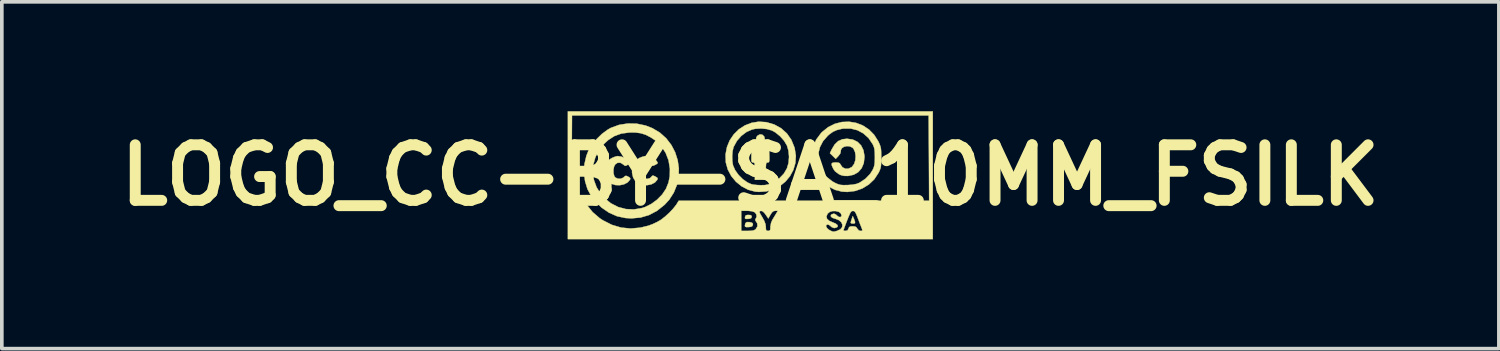
<source format=kicad_pcb>
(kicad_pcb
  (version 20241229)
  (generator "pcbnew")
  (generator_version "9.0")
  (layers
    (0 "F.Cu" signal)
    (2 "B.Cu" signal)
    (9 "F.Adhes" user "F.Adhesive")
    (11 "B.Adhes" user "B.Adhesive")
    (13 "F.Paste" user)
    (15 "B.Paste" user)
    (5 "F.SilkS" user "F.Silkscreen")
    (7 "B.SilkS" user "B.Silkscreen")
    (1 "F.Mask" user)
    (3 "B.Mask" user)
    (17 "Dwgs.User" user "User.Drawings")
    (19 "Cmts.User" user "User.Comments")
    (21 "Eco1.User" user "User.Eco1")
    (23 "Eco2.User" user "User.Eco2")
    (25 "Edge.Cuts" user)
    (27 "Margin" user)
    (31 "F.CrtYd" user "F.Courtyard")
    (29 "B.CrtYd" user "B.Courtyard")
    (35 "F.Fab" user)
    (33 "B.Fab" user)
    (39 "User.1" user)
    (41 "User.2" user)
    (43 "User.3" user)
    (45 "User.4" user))
  (footprint "LOGO_CC-BY-SA_10MM_FSILK"
    (layer "F.Cu")
    (at 17.533 1.757)
    (property "Reference" "LOGO_CC-BY-SA_10MM_FSILK" (at 0 0 0) (layer "F.SilkS") (effects (font (size 1.524 1.524) (thickness 0.3))))
    (attr through_hole)
    (fp_poly (pts (xy 2.844 1.201) (xy 2.871 1.273) (xy 2.872 1.31) (xy 2.846 1.325) (xy 2.815 1.326) (xy 2.768 1.319) (xy 2.753 1.305) (xy 2.76 1.269) (xy 2.779 1.209) (xy 2.781 1.202) (xy 2.81 1.12) (xy 2.844 1.201)) (stroke (width 0.01) (type solid)) (fill yes) (layer "F.SilkS"))
    (fp_poly (pts (xy -0.014 1.287) (xy 0.047 1.304) (xy 0.07 1.329) (xy 0.07 1.359) (xy 0.056 1.395) (xy 0.018 1.414) (xy -0.044 1.422) (xy -0.112 1.423) (xy -0.143 1.411) (xy -0.15 1.384) (xy -0.136 1.315) (xy -0.092 1.284) (xy -0.014 1.287)) (stroke (width 0.01) (type solid)) (fill yes) (layer "F.SilkS"))
    (fp_poly (pts (xy 0.33 -1.111) (xy 0.379 -1.065) (xy 0.395 -1.01) (xy 0.386 -0.93) (xy 0.346 -0.876) (xy 0.289 -0.853) (xy 0.226 -0.868) (xy 0.192 -0.897) (xy 0.154 -0.969) (xy 0.165 -1.042) (xy 0.201 -1.089) (xy 0.266 -1.121) (xy 0.33 -1.111)) (stroke (width 0.01) (type solid)) (fill yes) (layer "F.SilkS"))
    (fp_poly (pts (xy 0.01 1.094) (xy 0.035 1.116) (xy 0.038 1.139) (xy 0.027 1.173) (xy -0.013 1.191) (xy -0.058 1.197) (xy -0.12 1.199) (xy -0.145 1.186) (xy -0.147 1.152) (xy -0.146 1.147) (xy -0.131 1.107) (xy -0.092 1.091) (xy -0.05 1.089) (xy 0.01 1.094)) (stroke (width 0.01) (type solid)) (fill yes) (layer "F.SilkS"))
    (fp_poly (pts (xy 0.52 -0.569) (xy 0.523 -0.464) (xy 0.521 -0.4) (xy 0.513 -0.365) (xy 0.497 -0.352) (xy 0.476 -0.35) (xy 0.453 -0.347) (xy 0.438 -0.331) (xy 0.43 -0.292) (xy 0.426 -0.222) (xy 0.425 -0.113) (xy 0.425 0.125) (xy 0.125 0.125) (xy 0.125 -0.113) (xy 0.124 -0.223) (xy 0.121 -0.293) (xy 0.113 -0.331) (xy 0.098 -0.347) (xy 0.074 -0.35) (xy 0.05 -0.354) (xy 0.035 -0.37) (xy 0.029 -0.409) (xy 0.028 -0.48) (xy 0.03 -0.569) (xy 0.038 -0.788) (xy 0.513 -0.788) (xy 0.52 -0.569)) (stroke (width 0.01) (type solid)) (fill yes) (layer "F.SilkS"))
    (fp_poly (pts (xy -3.528 -0.508) (xy -3.418 -0.463) (xy -3.343 -0.408) (xy -3.276 -0.342) (xy -3.354 -0.293) (xy -3.406 -0.262) (xy -3.439 -0.259) (xy -3.473 -0.284) (xy -3.488 -0.297) (xy -3.565 -0.343) (xy -3.642 -0.341) (xy -3.704 -0.3) (xy -3.738 -0.238) (xy -3.755 -0.15) (xy -3.753 -0.057) (xy -3.733 0.022) (xy -3.708 0.059) (xy -3.637 0.094) (xy -3.554 0.096) (xy -3.482 0.065) (xy -3.467 0.051) (xy -3.432 0.019) (xy -3.397 0.018) (xy -3.35 0.039) (xy -3.302 0.07) (xy -3.293 0.1) (xy -3.304 0.127) (xy -3.369 0.199) (xy -3.466 0.249) (xy -3.58 0.273) (xy -3.697 0.27) (xy -3.804 0.236) (xy -3.821 0.226) (xy -3.911 0.153) (xy -3.967 0.058) (xy -3.995 -0.07) (xy -3.991 -0.212) (xy -3.945 -0.335) (xy -3.862 -0.432) (xy -3.794 -0.474) (xy -3.72 -0.505) (xy -3.657 -0.523) (xy -3.639 -0.525) (xy -3.528 -0.508)) (stroke (width 0.01) (type solid)) (fill yes) (layer "F.SilkS"))
    (fp_poly (pts (xy -2.779 -0.511) (xy -2.683 -0.475) (xy -2.603 -0.425) (xy -2.566 -0.386) (xy -2.543 -0.345) (xy -2.551 -0.319) (xy -2.597 -0.291) (xy -2.605 -0.287) (xy -2.66 -0.262) (xy -2.696 -0.264) (xy -2.736 -0.296) (xy -2.738 -0.298) (xy -2.815 -0.344) (xy -2.894 -0.339) (xy -2.955 -0.304) (xy -2.995 -0.243) (xy -3.014 -0.156) (xy -3.012 -0.062) (xy -2.986 0.02) (xy -2.966 0.049) (xy -2.902 0.09) (xy -2.824 0.1) (xy -2.753 0.079) (xy -2.719 0.048) (xy -2.691 0.015) (xy -2.662 0.011) (xy -2.61 0.033) (xy -2.605 0.036) (xy -2.554 0.068) (xy -2.542 0.097) (xy -2.554 0.127) (xy -2.618 0.199) (xy -2.715 0.249) (xy -2.829 0.273) (xy -2.947 0.27) (xy -3.053 0.236) (xy -3.07 0.226) (xy -3.16 0.153) (xy -3.216 0.058) (xy -3.245 -0.07) (xy -3.24 -0.212) (xy -3.195 -0.335) (xy -3.111 -0.432) (xy -3.044 -0.474) (xy -2.964 -0.506) (xy -2.891 -0.524) (xy -2.87 -0.526) (xy -2.779 -0.511)) (stroke (width 0.01) (type solid)) (fill yes) (layer "F.SilkS"))
    (fp_poly (pts (xy 2.808 -0.979) (xy 2.938 -0.917) (xy 3.038 -0.818) (xy 3.103 -0.686) (xy 3.131 -0.526) (xy 3.131 -0.499) (xy 3.112 -0.333) (xy 3.054 -0.194) (xy 2.961 -0.086) (xy 2.836 -0.014) (xy 2.684 0.019) (xy 2.682 0.019) (xy 2.573 0.018) (xy 2.484 -0.004) (xy 2.433 -0.027) (xy 2.326 -0.106) (xy 2.276 -0.177) (xy 2.237 -0.263) (xy 2.229 -0.315) (xy 2.255 -0.341) (xy 2.318 -0.35) (xy 2.34 -0.35) (xy 2.413 -0.346) (xy 2.453 -0.329) (xy 2.476 -0.292) (xy 2.477 -0.289) (xy 2.527 -0.218) (xy 2.603 -0.181) (xy 2.69 -0.181) (xy 2.776 -0.22) (xy 2.79 -0.231) (xy 2.847 -0.309) (xy 2.881 -0.413) (xy 2.889 -0.526) (xy 2.873 -0.635) (xy 2.832 -0.725) (xy 2.801 -0.757) (xy 2.73 -0.792) (xy 2.649 -0.799) (xy 2.572 -0.782) (xy 2.512 -0.743) (xy 2.482 -0.688) (xy 2.482 -0.662) (xy 2.467 -0.595) (xy 2.416 -0.527) (xy 2.343 -0.45) (xy 2.263 -0.527) (xy 2.183 -0.604) (xy 2.233 -0.709) (xy 2.315 -0.846) (xy 2.411 -0.937) (xy 2.527 -0.987) (xy 2.652 -1.001) (xy 2.808 -0.979)) (stroke (width 0.01) (type solid)) (fill yes) (layer "F.SilkS"))
    (fp_poly (pts (xy 0.436 -1.456) (xy 0.441 -1.455) (xy 0.658 -1.391) (xy 0.846 -1.287) (xy 1.003 -1.146) (xy 1.126 -0.97) (xy 1.21 -0.763) (xy 1.217 -0.738) (xy 1.249 -0.531) (xy 1.235 -0.332) (xy 1.179 -0.144) (xy 1.087 0.026) (xy 0.963 0.175) (xy 0.811 0.298) (xy 0.635 0.389) (xy 0.44 0.443) (xy 0.231 0.457) (xy 0.134 0.449) (xy -0.058 0.399) (xy -0.236 0.306) (xy -0.394 0.178) (xy -0.523 0.022) (xy -0.618 -0.156) (xy -0.672 -0.348) (xy -0.673 -0.361) (xy -0.678 -0.523) (xy -0.498 -0.523) (xy -0.494 -0.389) (xy -0.476 -0.275) (xy -0.475 -0.271) (xy -0.417 -0.139) (xy -0.323 -0.008) (xy -0.206 0.109) (xy -0.076 0.2) (xy 0.034 0.248) (xy 0.1 0.26) (xy 0.194 0.269) (xy 0.288 0.273) (xy 0.401 0.27) (xy 0.491 0.253) (xy 0.585 0.216) (xy 0.613 0.203) (xy 0.785 0.096) (xy 0.919 -0.043) (xy 1.004 -0.188) (xy 1.048 -0.336) (xy 1.062 -0.505) (xy 1.046 -0.674) (xy 1.004 -0.816) (xy 0.927 -0.945) (xy 0.817 -1.069) (xy 0.69 -1.173) (xy 0.593 -1.227) (xy 0.456 -1.267) (xy 0.297 -1.283) (xy 0.137 -1.274) (xy 0.05 -1.255) (xy -0.105 -1.187) (xy -0.248 -1.079) (xy -0.368 -0.942) (xy -0.454 -0.785) (xy -0.464 -0.758) (xy -0.488 -0.654) (xy -0.498 -0.523) (xy -0.678 -0.523) (xy -0.679 -0.573) (xy -0.641 -0.773) (xy -0.565 -0.958) (xy -0.454 -1.121) (xy -0.315 -1.259) (xy -0.151 -1.366) (xy 0.032 -1.437) (xy 0.229 -1.469) (xy 0.436 -1.456)) (stroke (width 0.01) (type solid)) (fill yes) (layer "F.SilkS"))
    (fp_poly (pts (xy -3.115 -1.414) (xy -2.872 -1.363) (xy -2.689 -1.292) (xy -2.481 -1.168) (xy -2.307 -1.012) (xy -2.167 -0.83) (xy -2.062 -0.628) (xy -1.993 -0.412) (xy -1.961 -0.188) (xy -1.967 0.039) (xy -2.012 0.261) (xy -2.098 0.474) (xy -2.224 0.671) (xy -2.352 0.81) (xy -2.559 0.975) (xy -2.777 1.091) (xy -3.009 1.16) (xy -3.259 1.183) (xy -3.428 1.173) (xy -3.658 1.124) (xy -3.876 1.028) (xy -4.079 0.889) (xy -4.26 0.71) (xy -4.361 0.579) (xy -4.467 0.382) (xy -4.534 0.163) (xy -4.562 -0.069) (xy -4.562 -0.079) (xy -4.322 -0.079) (xy -4.291 0.131) (xy -4.216 0.333) (xy -4.097 0.521) (xy -4.006 0.623) (xy -3.825 0.77) (xy -3.626 0.872) (xy -3.414 0.928) (xy -3.193 0.938) (xy -2.97 0.899) (xy -2.884 0.871) (xy -2.716 0.787) (xy -2.556 0.669) (xy -2.418 0.528) (xy -2.316 0.376) (xy -2.31 0.363) (xy -2.244 0.198) (xy -2.21 0.028) (xy -2.206 -0.165) (xy -2.207 -0.182) (xy -2.243 -0.408) (xy -2.324 -0.616) (xy -2.447 -0.8) (xy -2.61 -0.957) (xy -2.725 -1.035) (xy -2.868 -1.109) (xy -3.006 -1.153) (xy -3.158 -1.173) (xy -3.322 -1.172) (xy -3.539 -1.143) (xy -3.729 -1.075) (xy -3.9 -0.964) (xy -4 -0.873) (xy -4.147 -0.693) (xy -4.25 -0.496) (xy -4.308 -0.29) (xy -4.322 -0.079) (xy -4.562 -0.079) (xy -4.551 -0.303) (xy -4.498 -0.531) (xy -4.445 -0.666) (xy -4.348 -0.828) (xy -4.219 -0.989) (xy -4.07 -1.134) (xy -3.913 -1.25) (xy -3.829 -1.298) (xy -3.602 -1.381) (xy -3.361 -1.419) (xy -3.115 -1.414)) (stroke (width 0.01) (type solid)) (fill yes) (layer "F.SilkS"))
    (fp_poly (pts (xy 2.902 -1.436) (xy 3.085 -1.365) (xy 3.252 -1.256) (xy 3.396 -1.11) (xy 3.509 -0.931) (xy 3.545 -0.854) (xy 3.569 -0.79) (xy 3.583 -0.726) (xy 3.589 -0.645) (xy 3.591 -0.535) (xy 3.591 -0.488) (xy 3.59 -0.363) (xy 3.585 -0.274) (xy 3.575 -0.207) (xy 3.555 -0.148) (xy 3.525 -0.082) (xy 3.518 -0.068) (xy 3.401 0.11) (xy 3.25 0.254) (xy 3.072 0.363) (xy 2.874 0.432) (xy 2.661 0.458) (xy 2.511 0.449) (xy 2.323 0.4) (xy 2.141 0.308) (xy 1.979 0.18) (xy 1.969 0.17) (xy 1.831 -0.001) (xy 1.738 -0.188) (xy 1.688 -0.386) (xy 1.688 -0.426) (xy 1.865 -0.426) (xy 1.904 -0.255) (xy 1.981 -0.094) (xy 2.097 0.049) (xy 2.25 0.169) (xy 2.338 0.217) (xy 2.41 0.248) (xy 2.476 0.265) (xy 2.554 0.271) (xy 2.662 0.269) (xy 2.678 0.269) (xy 2.813 0.258) (xy 2.915 0.237) (xy 2.998 0.204) (xy 3.158 0.097) (xy 3.287 -0.037) (xy 3.354 -0.142) (xy 3.384 -0.209) (xy 3.403 -0.274) (xy 3.413 -0.354) (xy 3.416 -0.464) (xy 3.416 -0.5) (xy 3.414 -0.622) (xy 3.406 -0.709) (xy 3.39 -0.776) (xy 3.363 -0.839) (xy 3.357 -0.851) (xy 3.245 -1.017) (xy 3.103 -1.146) (xy 2.938 -1.235) (xy 2.755 -1.281) (xy 2.56 -1.281) (xy 2.509 -1.273) (xy 2.375 -1.24) (xy 2.268 -1.193) (xy 2.164 -1.118) (xy 2.124 -1.083) (xy 1.995 -0.936) (xy 1.91 -0.773) (xy 1.867 -0.601) (xy 1.865 -0.426) (xy 1.688 -0.426) (xy 1.684 -0.587) (xy 1.723 -0.786) (xy 1.807 -0.976) (xy 1.936 -1.151) (xy 1.968 -1.185) (xy 2.135 -1.319) (xy 2.319 -1.411) (xy 2.512 -1.46) (xy 2.709 -1.468) (xy 2.902 -1.436)) (stroke (width 0.01) (type solid)) (fill yes) (layer "F.SilkS"))
    (fp_poly (pts (xy 5.005 1.752) (xy -5.005 1.752) (xy -5.005 0.701) (xy -4.905 0.701) (xy -4.561 0.701) (xy -4.493 0.804) (xy -4.328 1.01) (xy -4.129 1.181) (xy -4.044 1.236) (xy -3.798 1.361) (xy -3.545 1.436) (xy -3.284 1.462) (xy -3.016 1.438) (xy -2.799 1.385) (xy -2.68 1.341) (xy -2.555 1.282) (xy -2.456 1.225) (xy -2.344 1.139) (xy -2.227 1.033) (xy -2.173 0.976) (xy -0.25 0.976) (xy -0.25 1.527) (xy -0.075 1.527) (xy 0.026 1.524) (xy 0.091 1.513) (xy 0.134 1.491) (xy 0.15 1.476) (xy 0.194 1.403) (xy 0.191 1.325) (xy 0.158 1.271) (xy 0.132 1.229) (xy 0.145 1.196) (xy 0.146 1.196) (xy 0.173 1.137) (xy 0.163 1.07) (xy 0.12 1.015) (xy 0.087 1.003) (xy 0.249 1.003) (xy 0.261 1.037) (xy 0.296 1.099) (xy 0.327 1.151) (xy 0.386 1.259) (xy 0.417 1.346) (xy 0.425 1.42) (xy 0.428 1.487) (xy 0.443 1.518) (xy 0.476 1.526) (xy 0.488 1.527) (xy 0.527 1.521) (xy 0.546 1.497) (xy 0.551 1.44) (xy 0.551 1.42) (xy 0.553 1.402) (xy 2.078 1.402) (xy 2.103 1.449) (xy 2.152 1.493) (xy 2.177 1.508) (xy 2.236 1.537) (xy 2.274 1.548) (xy 2.315 1.544) (xy 2.38 1.526) (xy 2.383 1.525) (xy 2.404 1.515) (xy 2.553 1.515) (xy 2.574 1.524) (xy 2.615 1.527) (xy 2.668 1.511) (xy 2.692 1.464) (xy 2.71 1.423) (xy 2.748 1.405) (xy 2.806 1.401) (xy 2.876 1.408) (xy 2.915 1.433) (xy 2.932 1.464) (xy 2.978 1.516) (xy 3.019 1.527) (xy 3.06 1.525) (xy 3.074 1.513) (xy 3.065 1.477) (xy 3.044 1.423) (xy 3.018 1.358) (xy 2.982 1.264) (xy 2.944 1.163) (xy 2.942 1.157) (xy 2.904 1.064) (xy 2.875 1.009) (xy 2.847 0.982) (xy 2.815 0.976) (xy 2.787 0.981) (xy 2.762 1.002) (xy 2.735 1.047) (xy 2.701 1.123) (xy 2.655 1.238) (xy 2.654 1.24) (xy 2.614 1.346) (xy 2.581 1.434) (xy 2.559 1.494) (xy 2.553 1.515) (xy 2.404 1.515) (xy 2.471 1.484) (xy 2.518 1.425) (xy 2.525 1.357) (xy 2.496 1.291) (xy 2.431 1.233) (xy 2.333 1.194) (xy 2.314 1.19) (xy 2.246 1.166) (xy 2.209 1.13) (xy 2.211 1.092) (xy 2.23 1.074) (xy 2.293 1.053) (xy 2.349 1.079) (xy 2.371 1.101) (xy 2.422 1.141) (xy 2.469 1.149) (xy 2.499 1.124) (xy 2.502 1.102) (xy 2.481 1.044) (xy 2.425 1.003) (xy 2.348 0.982) (xy 2.264 0.981) (xy 2.185 1.003) (xy 2.124 1.049) (xy 2.122 1.052) (xy 2.088 1.128) (xy 2.103 1.194) (xy 2.165 1.251) (xy 2.252 1.289) (xy 2.342 1.327) (xy 2.391 1.367) (xy 2.397 1.406) (xy 2.375 1.429) (xy 2.301 1.45) (xy 2.232 1.423) (xy 2.209 1.401) (xy 2.159 1.363) (xy 2.12 1.351) (xy 2.083 1.366) (xy 2.078 1.402) (xy 0.553 1.402) (xy 0.568 1.309) (xy 0.603 1.226) (xy 0.653 1.144) (xy 0.702 1.063) (xy 0.705 1.057) (xy 0.755 0.976) (xy 0.684 0.976) (xy 0.633 0.986) (xy 0.592 1.022) (xy 0.553 1.082) (xy 0.493 1.187) (xy 0.453 1.127) (xy 0.393 1.043) (xy 0.347 0.996) (xy 0.307 0.979) (xy 0.282 0.98) (xy 0.257 0.987) (xy 0.249 1.003) (xy 0.087 1.003) (xy 0.048 0.988) (xy -0.065 0.976) (xy -0.093 0.976) (xy -0.25 0.976) (xy -2.173 0.976) (xy -2.119 0.919) (xy -2.034 0.812) (xy -2.01 0.774) (xy -1.966 0.701) (xy 4.905 0.701) (xy 4.899 -0.469) (xy 4.892 -1.639) (xy -4.892 -1.639) (xy -4.899 -0.469) (xy -4.905 0.701) (xy -5.005 0.701) (xy -5.005 -1.752) (xy 5.005 -1.752) (xy 5.005 1.752)) (stroke (width 0.01) (type solid)) (fill yes) (layer "F.SilkS")))
  (gr_rect
    (start -3 -3)
    (end 38.067 6.513)
    (stroke (width 0.1) (type default))
    (fill no)
    (layer "Edge.Cuts")))
</source>
